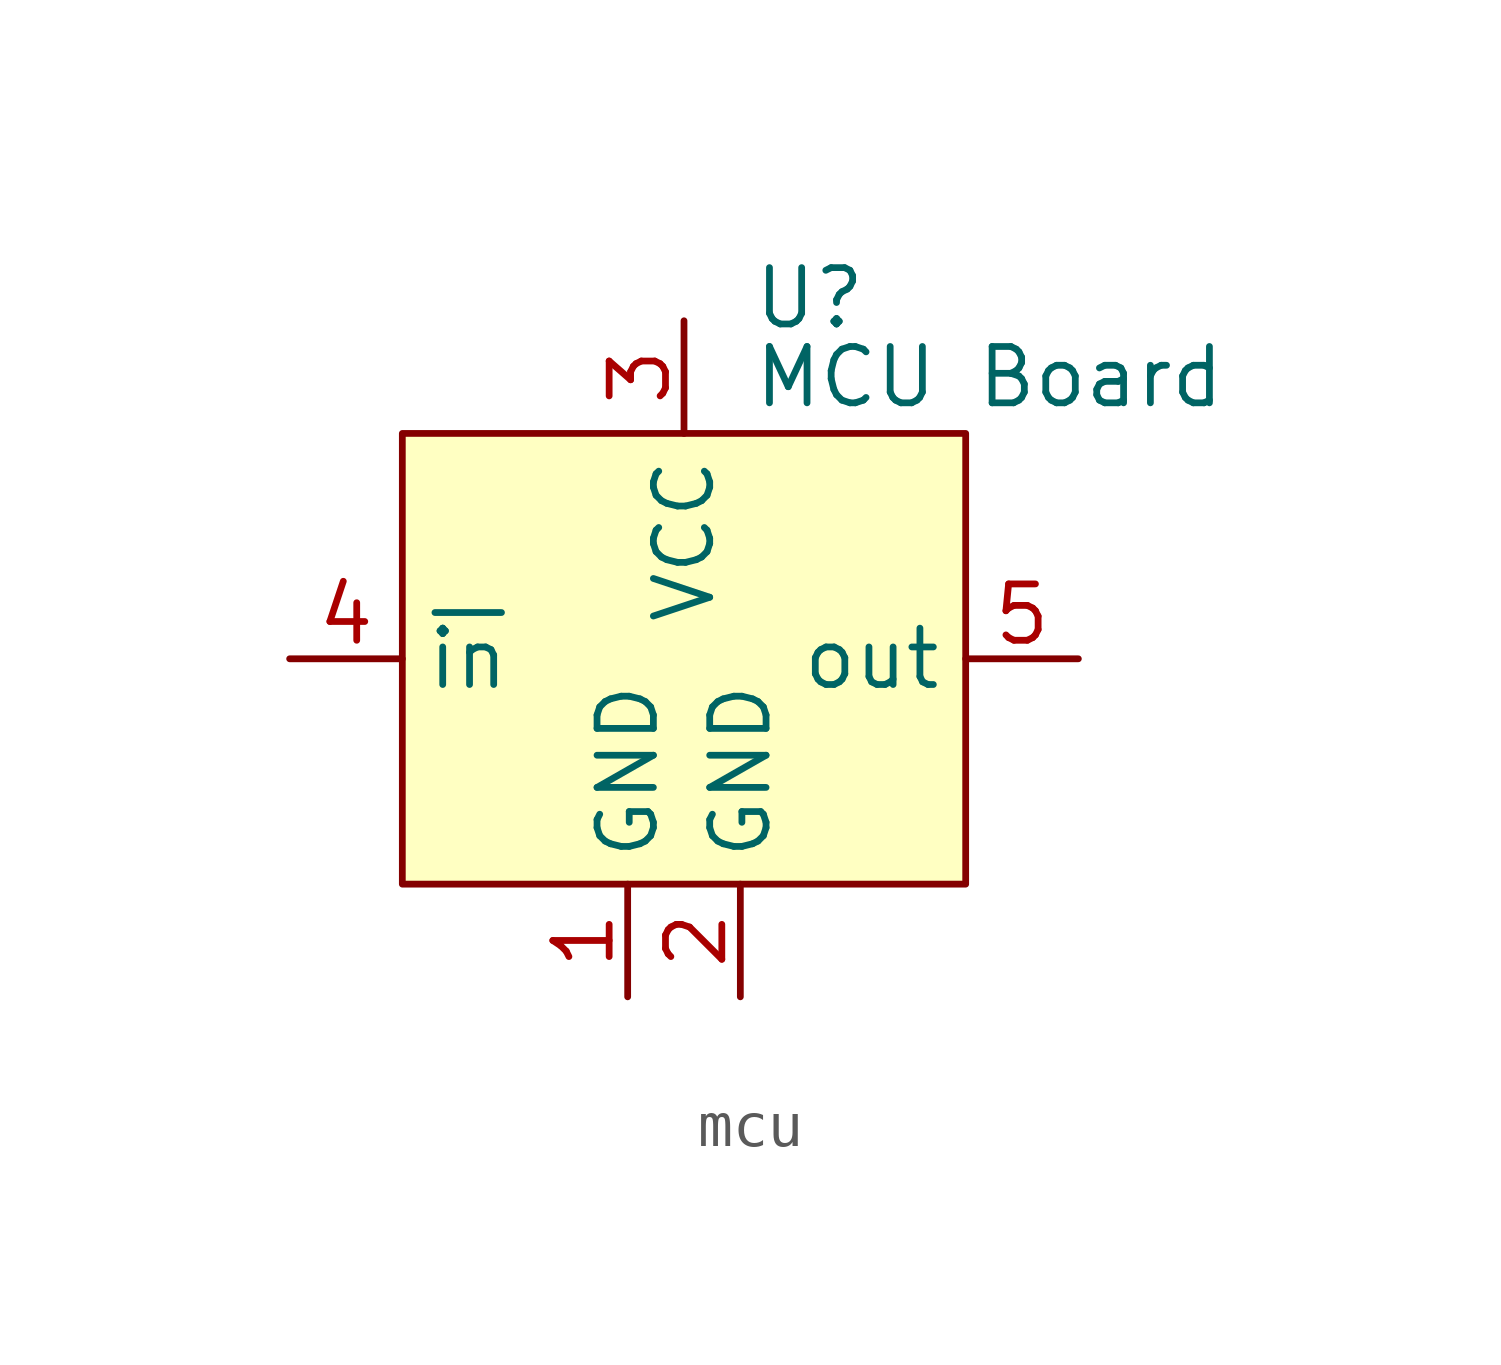
<source format=kicad_sym>
(kicad_symbol_lib
  (version 20241209)
  (generator "kicad_symbol_editor")
  (generator_version "9.0")
  (symbol "mcu"
    (property "Reference" "U"
      (at 1.524 8.128 0)
      (effects (font (size 1.27 1.27)) (justify left)))
    (property "Value" "MCU Board"
      (at 1.524 6.35 0)
      (effects (font (size 1.27 1.27)) (justify left)))
    (symbol "mcu_1_1"
      (rectangle (start -6.35 5.08) (end 6.35 -5.08) (stroke (width 0) (type solid)) (fill (type background)))
      (pin input line (at -8.89 0 0) (length 2.54) (name "~{in}" (effects (font (size 1.27 1.27)))) (number "4" (effects (font (size 1.27 1.27)))))
      (pin input line (at -1.27 -7.62 90) (length 2.54) (name "GND" (effects (font (size 1.27 1.27)))) (number "1" (effects (font (size 1.27 1.27)))))
      (pin input line (at 0 7.62 270) (length 2.54) (name "VCC" (effects (font (size 1.27 1.27)))) (number "3" (effects (font (size 1.27 1.27)))))
      (pin input line (at 1.27 -7.62 90) (length 2.54) (name "GND" (effects (font (size 1.27 1.27)))) (number "2" (effects (font (size 1.27 1.27)))))
      (pin input line (at 8.89 0 180) (length 2.54) (name "out" (effects (font (size 1.27 1.27)))) (number "5" (effects (font (size 1.27 1.27))))))))
</source>
